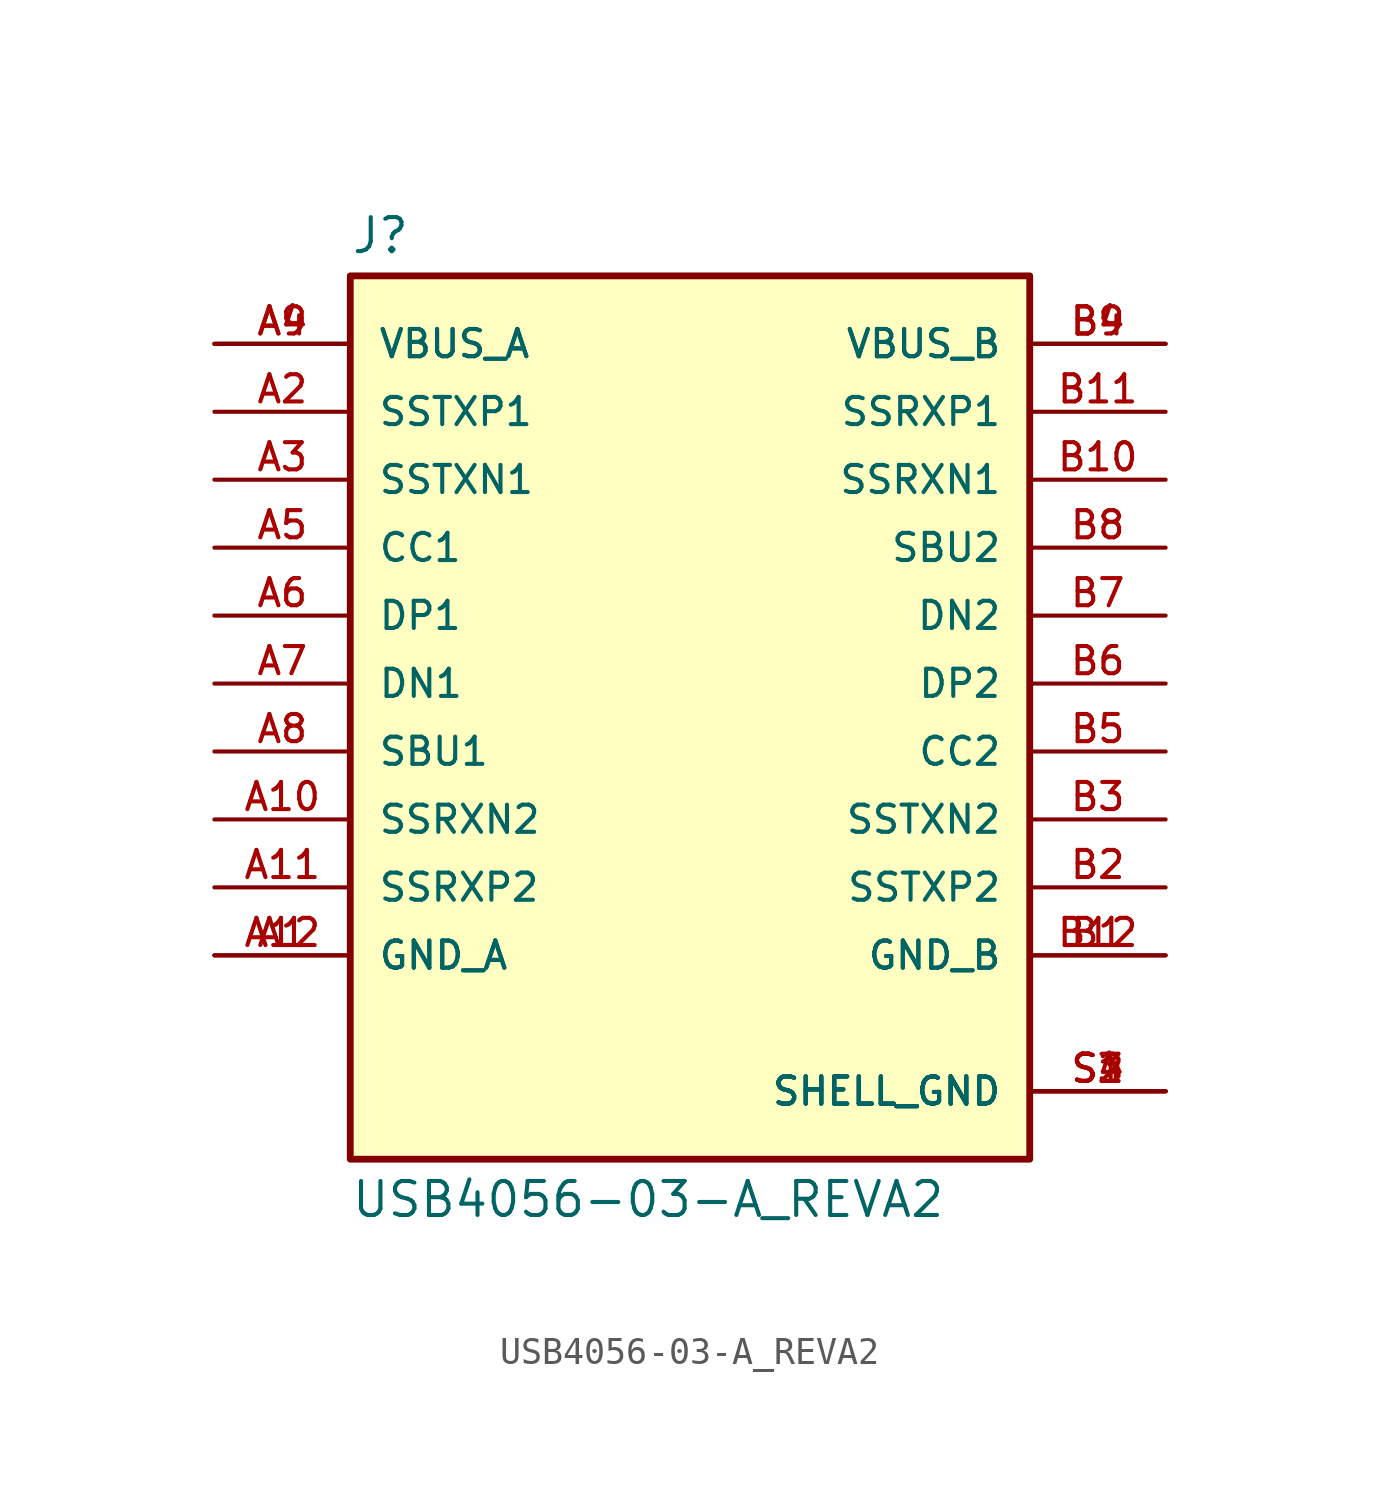
<source format=kicad_sym>
(kicad_symbol_lib
  (version 20211014)
  (generator kicad_symbol_editor)
  (symbol "USB4056-03-A_REVA2"
    (pin_names
      (offset 1.016))
    (property "Reference" "J"
      (at -12.7 16.002 0)
      (effects (font (size 1.27 1.27)) (justify bottom left)))
    (property "Value" "USB4056-03-A_REVA2"
      (at -12.7 -18.542 0.0)
      (effects (font (size 1.27 1.27)) (justify top left)))
    (symbol "USB4056-03-A_REVA2_0_0"
      (rectangle (start -12.7 -17.78) (end 12.7 15.24) (stroke (width 0.254)) (fill (type background)))
      (pin power_in line (at -17.78 -10.16 0) (length 5.08) (name "GND_A" (effects (font (size 1.016 1.016)))) (number "A1" (effects (font (size 1.016 1.016)))))
      (pin power_in line (at -17.78 -10.16 0) (length 5.08) (name "GND_A" (effects (font (size 1.016 1.016)))) (number "A12" (effects (font (size 1.016 1.016)))))
      (pin bidirectional line (at -17.78 7.62 0) (length 5.08) (name "SSTXN1" (effects (font (size 1.016 1.016)))) (number "A3" (effects (font (size 1.016 1.016)))))
      (pin bidirectional line (at -17.78 10.16 0) (length 5.08) (name "SSTXP1" (effects (font (size 1.016 1.016)))) (number "A2" (effects (font (size 1.016 1.016)))))
      (pin power_in line (at -17.78 12.7 0) (length 5.08) (name "VBUS_A" (effects (font (size 1.016 1.016)))) (number "A4" (effects (font (size 1.016 1.016)))))
      (pin power_in line (at -17.78 12.7 0) (length 5.08) (name "VBUS_A" (effects (font (size 1.016 1.016)))) (number "A9" (effects (font (size 1.016 1.016)))))
      (pin bidirectional line (at -17.78 2.54 0) (length 5.08) (name "DP1" (effects (font (size 1.016 1.016)))) (number "A6" (effects (font (size 1.016 1.016)))))
      (pin bidirectional line (at -17.78 5.08 0) (length 5.08) (name "CC1" (effects (font (size 1.016 1.016)))) (number "A5" (effects (font (size 1.016 1.016)))))
      (pin bidirectional line (at -17.78 -2.54 0) (length 5.08) (name "SBU1" (effects (font (size 1.016 1.016)))) (number "A8" (effects (font (size 1.016 1.016)))))
      (pin bidirectional line (at -17.78 0.0 0) (length 5.08) (name "DN1" (effects (font (size 1.016 1.016)))) (number "A7" (effects (font (size 1.016 1.016)))))
      (pin bidirectional line (at -17.78 -5.08 0) (length 5.08) (name "SSRXN2" (effects (font (size 1.016 1.016)))) (number "A10" (effects (font (size 1.016 1.016)))))
      (pin bidirectional line (at -17.78 -7.62 0) (length 5.08) (name "SSRXP2" (effects (font (size 1.016 1.016)))) (number "A11" (effects (font (size 1.016 1.016)))))
      (pin power_in line (at 17.78 -15.24 180.0) (length 5.08) (name "SHELL_GND" (effects (font (size 1.016 1.016)))) (number "S1" (effects (font (size 1.016 1.016)))))
      (pin power_in line (at 17.78 -15.24 180.0) (length 5.08) (name "SHELL_GND" (effects (font (size 1.016 1.016)))) (number "S2" (effects (font (size 1.016 1.016)))))
      (pin power_in line (at 17.78 -15.24 180.0) (length 5.08) (name "SHELL_GND" (effects (font (size 1.016 1.016)))) (number "S3" (effects (font (size 1.016 1.016)))))
      (pin power_in line (at 17.78 -15.24 180.0) (length 5.08) (name "SHELL_GND" (effects (font (size 1.016 1.016)))) (number "S4" (effects (font (size 1.016 1.016)))))
      (pin power_in line (at 17.78 -10.16 180.0) (length 5.08) (name "GND_B" (effects (font (size 1.016 1.016)))) (number "B1" (effects (font (size 1.016 1.016)))))
      (pin power_in line (at 17.78 -10.16 180.0) (length 5.08) (name "GND_B" (effects (font (size 1.016 1.016)))) (number "B12" (effects (font (size 1.016 1.016)))))
      (pin bidirectional line (at 17.78 -5.08 180.0) (length 5.08) (name "SSTXN2" (effects (font (size 1.016 1.016)))) (number "B3" (effects (font (size 1.016 1.016)))))
      (pin bidirectional line (at 17.78 -7.62 180.0) (length 5.08) (name "SSTXP2" (effects (font (size 1.016 1.016)))) (number "B2" (effects (font (size 1.016 1.016)))))
      (pin power_in line (at 17.78 12.7 180.0) (length 5.08) (name "VBUS_B" (effects (font (size 1.016 1.016)))) (number "B4" (effects (font (size 1.016 1.016)))))
      (pin power_in line (at 17.78 12.7 180.0) (length 5.08) (name "VBUS_B" (effects (font (size 1.016 1.016)))) (number "B9" (effects (font (size 1.016 1.016)))))
      (pin bidirectional line (at 17.78 0.0 180.0) (length 5.08) (name "DP2" (effects (font (size 1.016 1.016)))) (number "B6" (effects (font (size 1.016 1.016)))))
      (pin bidirectional line (at 17.78 -2.54 180.0) (length 5.08) (name "CC2" (effects (font (size 1.016 1.016)))) (number "B5" (effects (font (size 1.016 1.016)))))
      (pin bidirectional line (at 17.78 5.08 180.0) (length 5.08) (name "SBU2" (effects (font (size 1.016 1.016)))) (number "B8" (effects (font (size 1.016 1.016)))))
      (pin bidirectional line (at 17.78 2.54 180.0) (length 5.08) (name "DN2" (effects (font (size 1.016 1.016)))) (number "B7" (effects (font (size 1.016 1.016)))))
      (pin bidirectional line (at 17.78 7.62 180.0) (length 5.08) (name "SSRXN1" (effects (font (size 1.016 1.016)))) (number "B10" (effects (font (size 1.016 1.016)))))
      (pin bidirectional line (at 17.78 10.16 180.0) (length 5.08) (name "SSRXP1" (effects (font (size 1.016 1.016)))) (number "B11" (effects (font (size 1.016 1.016))))))))
</source>
